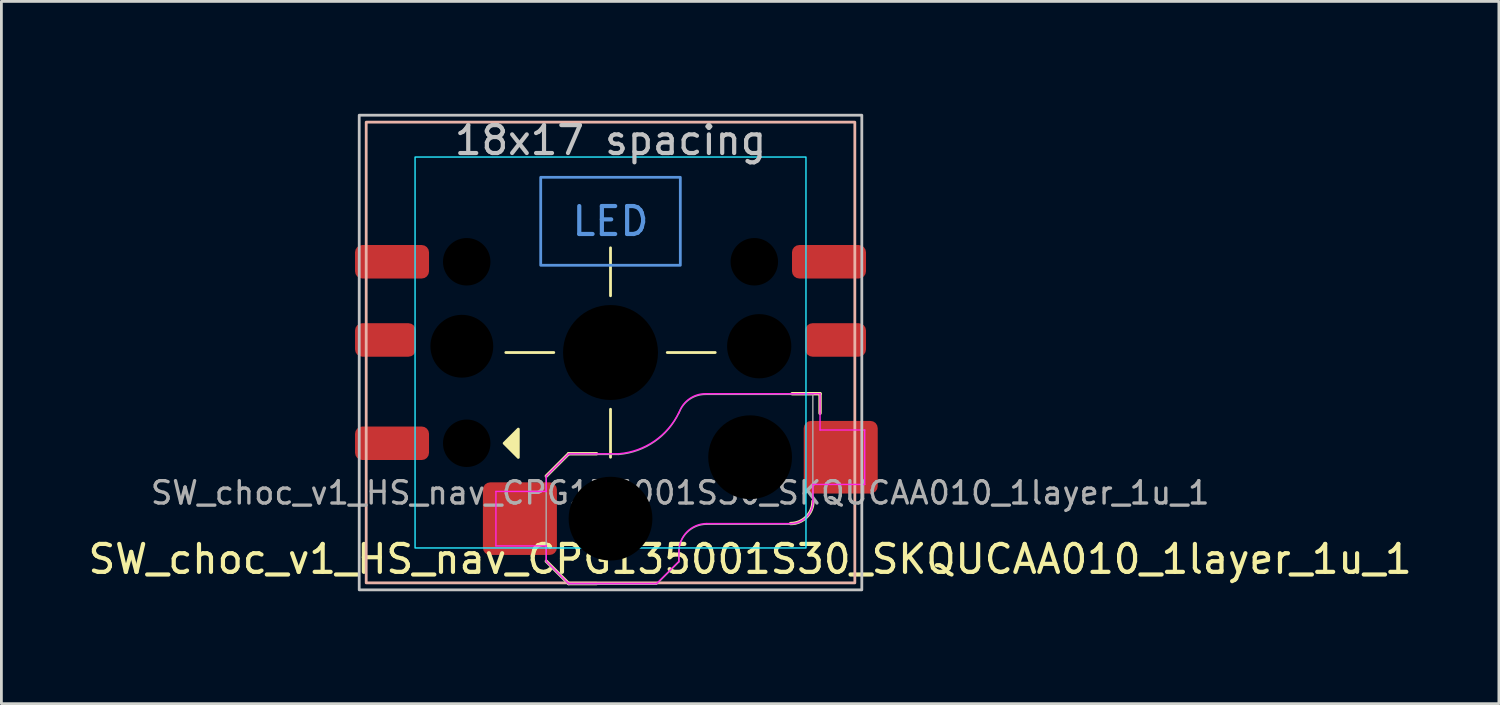
<source format=kicad_pcb>
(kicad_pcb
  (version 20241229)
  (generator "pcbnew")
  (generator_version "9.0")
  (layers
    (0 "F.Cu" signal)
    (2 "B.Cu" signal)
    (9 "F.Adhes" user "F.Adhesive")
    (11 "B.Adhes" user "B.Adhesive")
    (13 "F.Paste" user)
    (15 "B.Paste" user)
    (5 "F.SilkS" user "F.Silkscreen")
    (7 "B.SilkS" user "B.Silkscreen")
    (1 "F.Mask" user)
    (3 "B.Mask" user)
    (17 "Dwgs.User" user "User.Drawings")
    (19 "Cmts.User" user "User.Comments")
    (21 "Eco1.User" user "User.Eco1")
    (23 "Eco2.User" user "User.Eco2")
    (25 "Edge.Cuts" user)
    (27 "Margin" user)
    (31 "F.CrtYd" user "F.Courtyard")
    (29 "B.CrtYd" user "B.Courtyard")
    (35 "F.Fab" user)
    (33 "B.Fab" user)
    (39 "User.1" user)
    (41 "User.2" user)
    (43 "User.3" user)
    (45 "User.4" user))
  (footprint "SW_choc_v1_HS_nav_CPG135001S30_SKQUCAA010_1layer_1u_1"
    (layer "F.Cu")
    (at 18.815 9.575)
    (property "Reference" "SW_choc_v1_HS_nav_CPG135001S30_SKQUCAA010_1layer_1u_1" (at 5 7.4 180) (layer "F.SilkS") (effects (font (size 1 1) (thickness 0.15))))
    (attr smd)
    (fp_line (start -3.75 0) (end -2.032 0) (stroke (width 0.1) (type default)) (layer "F.SilkS"))
    (fp_line (start -2.3 7.475) (end -1.5 8.275) (stroke (width 0.12) (type solid)) (layer "F.SilkS"))
    (fp_line (start -1.5 3.625) (end -2.3 4.425) (stroke (width 0.12) (type solid)) (layer "F.SilkS"))
    (fp_line (start -1.5 3.625) (end -0.5 3.625) (stroke (width 0.12) (type solid)) (layer "F.SilkS"))
    (fp_line (start -1.5 8.275) (end -0.5 8.275) (stroke (width 0.12) (type solid)) (layer "F.SilkS"))
    (fp_line (start 0 -3.75) (end 0 -2.032) (stroke (width 0.1) (type default)) (layer "F.SilkS"))
    (fp_line (start 0 2.032) (end 0 3.75) (stroke (width 0.1) (type default)) (layer "F.SilkS"))
    (fp_line (start 2.032 0) (end 3.75 0) (stroke (width 0.1) (type default)) (layer "F.SilkS"))
    (fp_line (start 7.504 1.475) (end 6.504 1.475) (stroke (width 0.12) (type solid)) (layer "F.SilkS"))
    (fp_line (start 7.504 1.475) (end 7.504 2.175) (stroke (width 0.12) (type solid)) (layer "F.SilkS"))
    (fp_arc (start 7.25 5.325) (mid 7.015685 5.890685) (end 6.45 6.125) (stroke (width 0.12) (type solid)) (layer "F.SilkS"))
    (fp_poly (pts (xy -3.81 3.25) (xy -3.302 2.742) (xy -3.302 3.758)) (stroke (width 0.1) (type solid)) (fill yes) (layer "F.SilkS"))
    (fp_rect (start -8.75 -8.25) (end 8.75 8.25) (stroke (width 0.1) (type default)) (fill no) (layer "B.SilkS"))
    (fp_rect (start -9 -8.5) (end 9 8.5) (stroke (width 0.1) (type default)) (fill no) (layer "Dwgs.User"))
    (fp_rect (start -2.5 -6.275) (end 2.5 -3.125) (stroke (width 0.1) (type default)) (fill no) (layer "Cmts.User"))
    (fp_rect (start -9.525 -9.525) (end 9.525 9.525) (stroke (width 0.1) (type default)) (fill no) (layer "Eco1.User"))
    (fp_circle (center -5.5 0) (end -4.65 0) (stroke (width 0.01) (type solid)) (fill no) (layer "Eco1.User"))
    (fp_circle (center -5.15 -0.45) (end -4.3 -0.45) (stroke (width 0.01) (type solid)) (fill no) (layer "Eco1.User"))
    (fp_circle (center 5.15 -0.45) (end 6 -0.45) (stroke (width 0.01) (type solid)) (fill no) (layer "Eco1.User"))
    (fp_circle (center 5.15 3.25) (end 6 3.25) (stroke (width 0.01) (type solid)) (fill no) (layer "Eco1.User"))
    (fp_circle (center 5.5 0) (end 6.35 0) (stroke (width 0.01) (type solid)) (fill no) (layer "Eco1.User"))
    (fp_line (start -6.95 -6.45) (end -6.95 6.45) (stroke (width 0.05) (type solid)) (layer "Eco2.User"))
    (fp_line (start -6.45 6.95) (end 6.45 6.95) (stroke (width 0.05) (type solid)) (layer "Eco2.User"))
    (fp_line (start 6.45 -6.95) (end -6.45 -6.95) (stroke (width 0.05) (type solid)) (layer "Eco2.User"))
    (fp_line (start 6.95 6.45) (end 6.95 -6.45) (stroke (width 0.05) (type solid)) (layer "Eco2.User"))
    (fp_arc (start -6.95 -6.45) (mid -6.803553 -6.803553) (end -6.45 -6.95) (stroke (width 0.05) (type solid)) (layer "Eco2.User"))
    (fp_arc (start -6.45 6.95) (mid -6.803553 6.803553) (end -6.95 6.45) (stroke (width 0.05) (type solid)) (layer "Eco2.User"))
    (fp_arc (start 6.45 -6.95) (mid 6.803553 -6.803553) (end 6.95 -6.45) (stroke (width 0.05) (type solid)) (layer "Eco2.User"))
    (fp_arc (start 6.95 6.45) (mid 6.803553 6.803553) (end 6.45 6.95) (stroke (width 0.05) (type solid)) (layer "Eco2.User"))
    (fp_rect (start -7 -7) (end 7 7) (stroke (width 0.05) (type default)) (fill no) (layer "B.CrtYd"))
    (fp_line (start -4.104 4.975) (end -4.104 6.925) (stroke (width 0.05) (type solid)) (layer "F.CrtYd"))
    (fp_line (start -4.104 4.975) (end -2.3 4.975) (stroke (width 0.05) (type solid)) (layer "F.CrtYd"))
    (fp_line (start -4.104 6.925) (end -2.3 6.925) (stroke (width 0.05) (type solid)) (layer "F.CrtYd"))
    (fp_line (start -2.3 4.975) (end -2.3 4.425) (stroke (width 0.05) (type solid)) (layer "F.CrtYd"))
    (fp_line (start -2.3 7.475) (end -2.3 6.925) (stroke (width 0.05) (type solid)) (layer "F.CrtYd"))
    (fp_line (start -2.3 7.475) (end -1.5 8.275) (stroke (width 0.05) (type solid)) (layer "F.CrtYd"))
    (fp_line (start -1.5 3.625) (end -2.3 4.425) (stroke (width 0.05) (type solid)) (layer "F.CrtYd"))
    (fp_line (start -1.5 3.625) (end 0.3 3.625) (stroke (width 0.05) (type solid)) (layer "F.CrtYd"))
    (fp_line (start -1.5 8.275) (end 1.65 8.275) (stroke (width 0.05) (type solid)) (layer "F.CrtYd"))
    (fp_line (start 2.45 7.475) (end 1.65 8.275) (stroke (width 0.05) (type solid)) (layer "F.CrtYd"))
    (fp_line (start 2.45 7.475) (end 2.45 7.125) (stroke (width 0.05) (type solid)) (layer "F.CrtYd"))
    (fp_line (start 3.45 6.125) (end 6.45 6.125) (stroke (width 0.05) (type solid)) (layer "F.CrtYd"))
    (fp_line (start 7.25 4.725) (end 9.104 4.725) (stroke (width 0.05) (type solid)) (layer "F.CrtYd"))
    (fp_line (start 7.25 5.325) (end 7.25 4.725) (stroke (width 0.05) (type solid)) (layer "F.CrtYd"))
    (fp_line (start 7.504 1.475) (end 3.4 1.475) (stroke (width 0.05) (type solid)) (layer "F.CrtYd"))
    (fp_line (start 7.504 1.475) (end 7.504 2.175) (stroke (width 0.05) (type solid)) (layer "F.CrtYd"))
    (fp_line (start 7.504 2.175) (end 7.504 2.775) (stroke (width 0.05) (type solid)) (layer "F.CrtYd"))
    (fp_line (start 9.104 2.775) (end 7.504 2.775) (stroke (width 0.05) (type solid)) (layer "F.CrtYd"))
    (fp_line (start 9.104 4.725) (end 9.104 2.775) (stroke (width 0.05) (type solid)) (layer "F.CrtYd"))
    (fp_arc (start 2.45 7.125) (mid 2.742893 6.417893) (end 3.45 6.125) (stroke (width 0.05) (type solid)) (layer "F.CrtYd"))
    (fp_arc (start 2.455444 2.13293) (mid 1.577272 3.167235) (end 0.299999 3.624999) (stroke (width 0.05) (type solid)) (layer "F.CrtYd"))
    (fp_arc (start 2.460307 2.13298) (mid 2.826423 1.655848) (end 3.4 1.475) (stroke (width 0.05) (type solid)) (layer "F.CrtYd"))
    (fp_arc (start 7.25 5.325) (mid 7.015685 5.890685) (end 6.45 6.125) (stroke (width 0.05) (type solid)) (layer "F.CrtYd"))
    (fp_line (start -2.304 7.5) (end -2.304 4.45) (stroke (width 0.05) (type solid)) (layer "F.Fab"))
    (fp_line (start -2.304 7.5) (end -1.504 8.3) (stroke (width 0.05) (type solid)) (layer "F.Fab"))
    (fp_line (start -1.504 3.65) (end -2.304 4.45) (stroke (width 0.05) (type solid)) (layer "F.Fab"))
    (fp_line (start -1.504 3.65) (end 0.296 3.65) (stroke (width 0.05) (type solid)) (layer "F.Fab"))
    (fp_line (start -1.504 8.3) (end 1.646 8.3) (stroke (width 0.05) (type solid)) (layer "F.Fab"))
    (fp_line (start 2.446 7.5) (end 1.646 8.3) (stroke (width 0.05) (type solid)) (layer "F.Fab"))
    (fp_line (start 2.446 7.5) (end 2.446 7.15) (stroke (width 0.05) (type solid)) (layer "F.Fab"))
    (fp_line (start 3.446 6.15) (end 6.446 6.15) (stroke (width 0.05) (type solid)) (layer "F.Fab"))
    (fp_line (start 7.246 1.5) (end 3.396 1.5) (stroke (width 0.05) (type solid)) (layer "F.Fab"))
    (fp_line (start 7.246 5.35) (end 7.246 1.5) (stroke (width 0.05) (type solid)) (layer "F.Fab"))
    (fp_arc (start 2.446 7.15) (mid 2.738893 6.442893) (end 3.446 6.15) (stroke (width 0.05) (type solid)) (layer "F.Fab"))
    (fp_arc (start 2.451444 2.15793) (mid 1.573272 3.192235) (end 0.295999 3.649999) (stroke (width 0.05) (type solid)) (layer "F.Fab"))
    (fp_arc (start 2.456307 2.15798) (mid 2.822423 1.680848) (end 3.396 1.5) (stroke (width 0.05) (type solid)) (layer "F.Fab"))
    (fp_arc (start 7.246 5.35) (mid 7.011685 5.915685) (end 6.446 6.15) (stroke (width 0.05) (type solid)) (layer "F.Fab"))
    (fp_circle (center 0 0) (end 2.2 0) (stroke (width 0.1) (type default)) (fill no) (layer "User.3"))
    (fp_poly (pts (arc (start 8.128 -4.826) (mid 9.205631 -4.379631) (end 9.652 -3.302)) (xy 9.652 2.54) (xy 3.364 2.54) (arc (start 3.363631 -3.302) (mid 3.81 -4.379631) (end 4.887631 -4.826))) (stroke (width 0.1) (type solid)) (fill no) (layer "User.3"))
    (fp_poly (pts (arc (start -9.652 3.302) (mid -9.205631 4.379631) (end -8.128 4.826)) (xy -3.364 4.826) (arc (start -3.363631 -3.302) (mid -3.81 -4.379631) (end -4.887631 -4.826)) (arc (start -8.128 -4.826) (mid -9.205631 -4.379631) (end -9.652 -3.302))) (stroke (width 0.1) (type solid)) (fill no) (layer "User.3"))
    (fp_poly (pts (arc (start 8.175246 5.55) (mid 7.955705 5.816236) (end 6.822737 6.607491)) (arc (start 1.323661 8.806964) (mid -1.215139 8.767429) (end -2.475068 7.75)) (arc (start -3.745 7.75) (mid -5.545 5.95) (end -3.745 4.15)) (arc (start -2.611439 4.15) (mid -2.194842 3.619391) (end -1.052938 2.864593)) (arc (start 4.447039 0.664758) (mid 7.031336 0.787787) (end 8.31127 1.95)) (arc (start 8.745 1.95) (mid 10.545 3.75) (end 8.745 5.55))) (stroke (width 0.1) (type solid)) (fill no) (layer "User.4"))
    (fp_text user "18x17 spacing" (at 0 -7.6 180) (layer "Dwgs.User") (effects (font (size 1 1) (thickness 0.15))))
    (fp_text user "LED" (at 0 -4.7 0) (unlocked yes) (layer "Cmts.User") (effects (font (size 1 1) (thickness 0.15))))
    (fp_text user "19.05 spacing" (at 0 -8.7 180) (layer "Eco1.User") (effects (font (size 1 1) (thickness 0.15))))
    (fp_text user "${REFERENCE}" (at 2.496 5.025 0) (layer "F.Fab") (effects (font (size 0.8 0.8) (thickness 0.12))))
    (pad "" np_thru_hole circle (at -5.325 -0.225) (size 2.25 2.25) (drill 2.3) (layers "F.Mask"))
    (pad "" np_thru_hole circle (at -5.15 -3.25) (size 1.7 1.7) (drill 1.7) (layers "F.Mask"))
    (pad "" np_thru_hole circle (at -5.15 3.25) (size 1.7 1.7) (drill 1.7) (layers "F.Mask"))
    (pad "" np_thru_hole circle (at 0 0 180) (size 3.4 3.4) (drill 3.4) (layers "F.Mask"))
    (pad "" np_thru_hole circle (at 0 5.95) (size 3 3) (drill 3) (layers "F.Mask"))
    (pad "" np_thru_hole circle (at 5 3.75) (size 3 3) (drill 3) (layers "F.Mask"))
    (pad "" np_thru_hole circle (at 5.15 -3.25) (size 1.7 1.7) (drill 1.7) (layers "F.Mask"))
    (pad "" np_thru_hole circle (at 5.325 -0.225) (size 2.3 2.3) (drill 2.3) (layers "F.Mask"))
    (pad "1" smd roundrect (at -7.825 3.25) (size 2.65 1.2) (layers "F.Cu" "F.Mask" "F.Paste") (roundrect_rratio 0.217))
    (pad "2" smd roundrect (at -8.062 -0.45) (size 2.175 1.2) (layers "F.Cu" "F.Mask" "F.Paste") (roundrect_rratio 0.217))
    (pad "3" smd roundrect (at -7.825 -3.25) (size 2.65 1.2) (layers "F.Cu" "F.Mask" "F.Paste") (roundrect_rratio 0.217))
    (pad "4" smd roundrect (at -3.245 5.95) (size 2.65 2.6) (layers "F.Cu" "F.Mask" "F.Paste") (roundrect_rratio 0.1))
    (pad "4" smd roundrect (at 7.825 -3.25) (size 2.65 1.2) (layers "F.Cu" "F.Mask" "F.Paste") (roundrect_rratio 0.217))
    (pad "5" smd roundrect (at 8.062 -0.45) (size 2.175 1.2) (layers "F.Cu" "F.Mask" "F.Paste") (roundrect_rratio 0.217))
    (pad "6" smd roundrect (at 8.245 3.75) (size 2.65 2.6) (layers "F.Cu" "F.Mask" "F.Paste") (roundrect_rratio 0.1)))
  (gr_rect
    (start -3 -3)
    (end 50.631 22.15)
    (stroke (width 0.1) (type default))
    (fill no)
    (layer "Edge.Cuts")))
</source>
